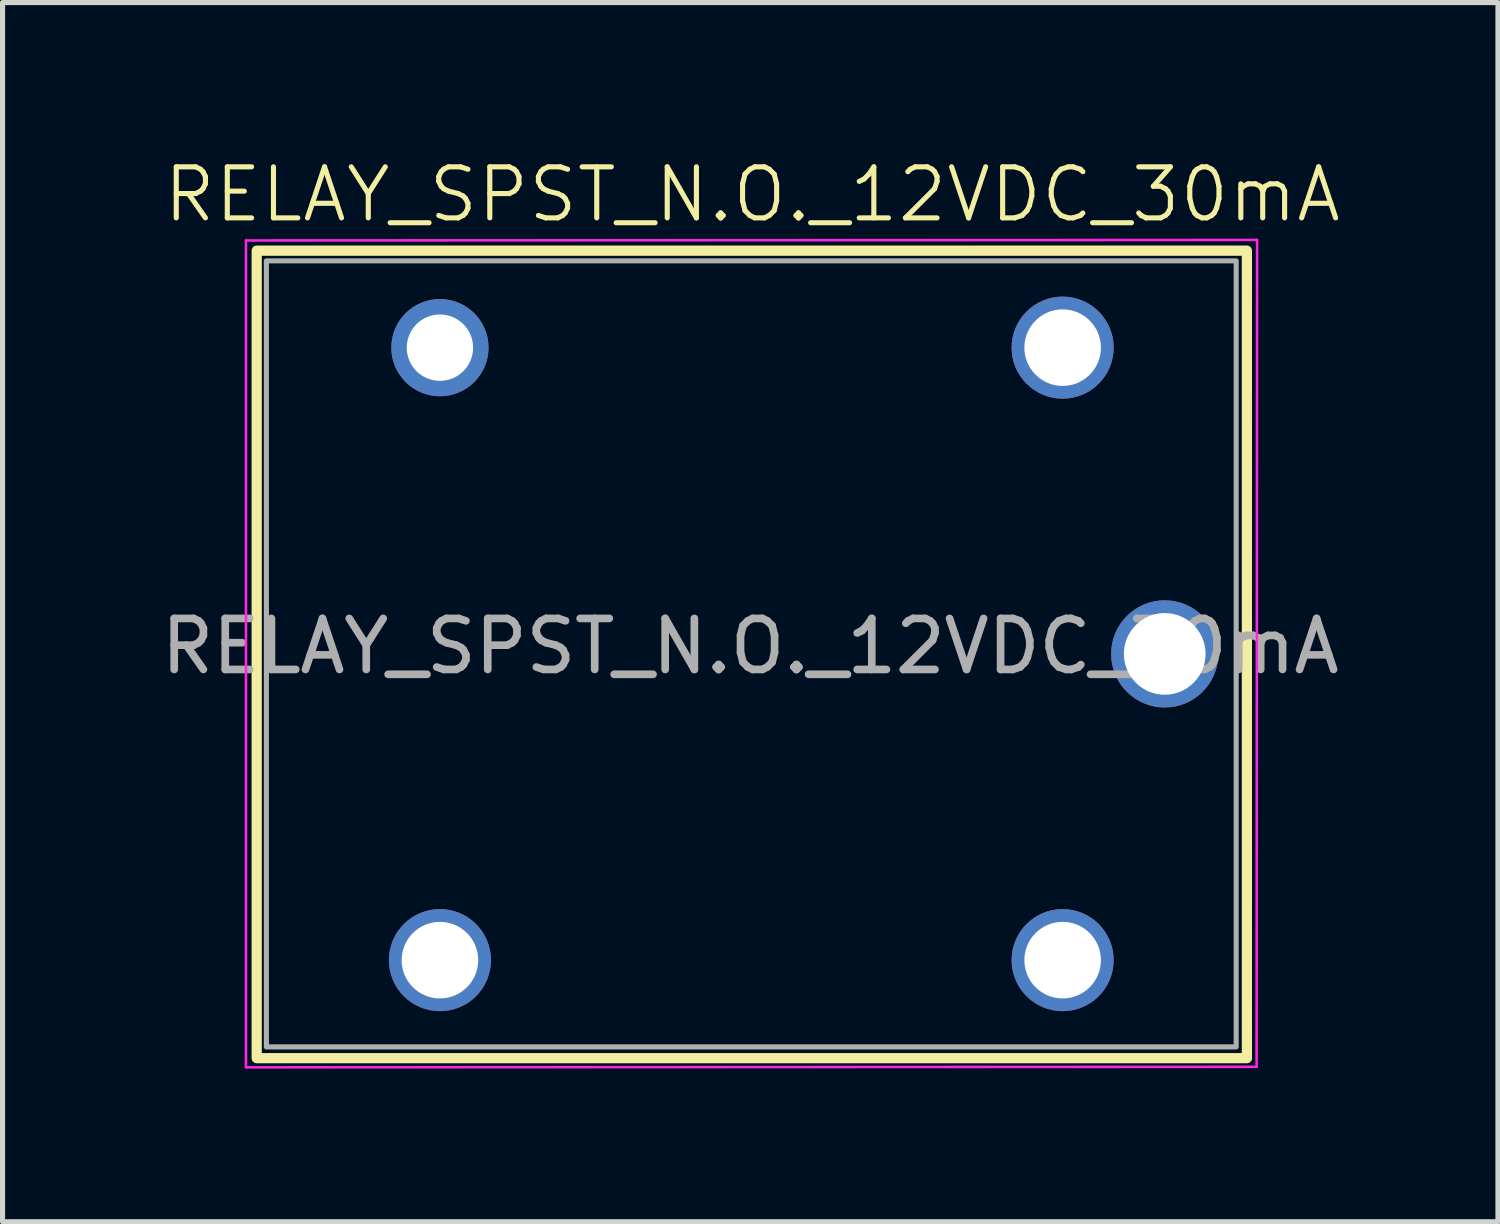
<source format=kicad_pcb>
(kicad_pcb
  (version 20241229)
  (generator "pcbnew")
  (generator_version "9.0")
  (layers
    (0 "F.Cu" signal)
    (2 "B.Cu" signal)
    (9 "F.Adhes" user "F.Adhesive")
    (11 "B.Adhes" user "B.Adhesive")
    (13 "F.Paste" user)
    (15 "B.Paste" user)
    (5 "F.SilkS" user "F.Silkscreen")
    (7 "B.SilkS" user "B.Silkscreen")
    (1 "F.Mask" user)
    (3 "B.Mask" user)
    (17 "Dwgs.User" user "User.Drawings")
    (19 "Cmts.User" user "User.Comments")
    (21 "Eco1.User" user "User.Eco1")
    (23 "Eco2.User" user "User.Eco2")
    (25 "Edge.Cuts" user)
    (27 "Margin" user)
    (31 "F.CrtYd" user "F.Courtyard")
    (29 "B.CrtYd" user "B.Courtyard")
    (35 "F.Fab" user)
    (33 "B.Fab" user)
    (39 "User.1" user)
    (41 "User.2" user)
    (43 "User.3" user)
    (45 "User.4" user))
  (footprint "RELAY_SPST_N.O._12VDC_30mA"
    (layer "F.Cu")
    (at 11.669 9.761)
    (property "Reference" "RELAY_SPST_N.O._12VDC_30mA" (at 0.02 -9 0) (unlocked yes) (layer "F.SilkS") (effects (font (size 1 1) (thickness 0.1))))
    (attr through_hole)
    (fp_rect (start -9.69 -7.9) (end 9.71 7.92) (stroke (width 0.2) (type solid)) (fill no) (layer "F.SilkS"))
    (fp_line (start -9.9 -8.1) (end -9.9 8.1) (stroke (width 0.05) (type default)) (layer "F.CrtYd"))
    (fp_line (start -9.9 8.1) (end 9.9 8.09) (stroke (width 0.05) (type default)) (layer "F.CrtYd"))
    (fp_line (start 9.9 8.09) (end 9.91 -8.11) (stroke (width 0.05) (type default)) (layer "F.CrtYd"))
    (fp_line (start 9.91 -8.11) (end -9.9 -8.1) (stroke (width 0.05) (type default)) (layer "F.CrtYd"))
    (fp_rect (start -9.5 -7.7) (end 9.5 7.7) (stroke (width 0.1) (type default)) (fill no) (layer "F.Fab"))
    (fp_text user "${REFERENCE}" (at -0.02 -0.15 0) (unlocked yes) (layer "F.Fab") (effects (font (size 1 1) (thickness 0.15))))
    (pad "" np_thru_hole circle (at -6.1 -6) (size 1.905 1.905) (drill 1.3) (layers "*.Cu" "*.Mask"))
    (pad "1" thru_hole circle (at 6.1 -6) (size 2 2) (drill 1.5) (layers "*.Cu" "*.Mask"))
    (pad "2" thru_hole circle (at 6.1 6) (size 2 2) (drill 1.5) (layers "*.Cu" "*.Mask"))
    (pad "3" thru_hole circle (at 8.1 0) (size 2.1 2.1) (drill 1.6) (layers "*.Cu" "*.Mask"))
    (pad "4" thru_hole circle (at -6.1 6) (size 2 2) (drill 1.5) (layers "*.Cu" "*.Mask")))
  (gr_rect
    (start -3 -3)
    (end 26.298 20.886)
    (stroke (width 0.1) (type default))
    (fill no)
    (layer "Edge.Cuts")))
</source>
